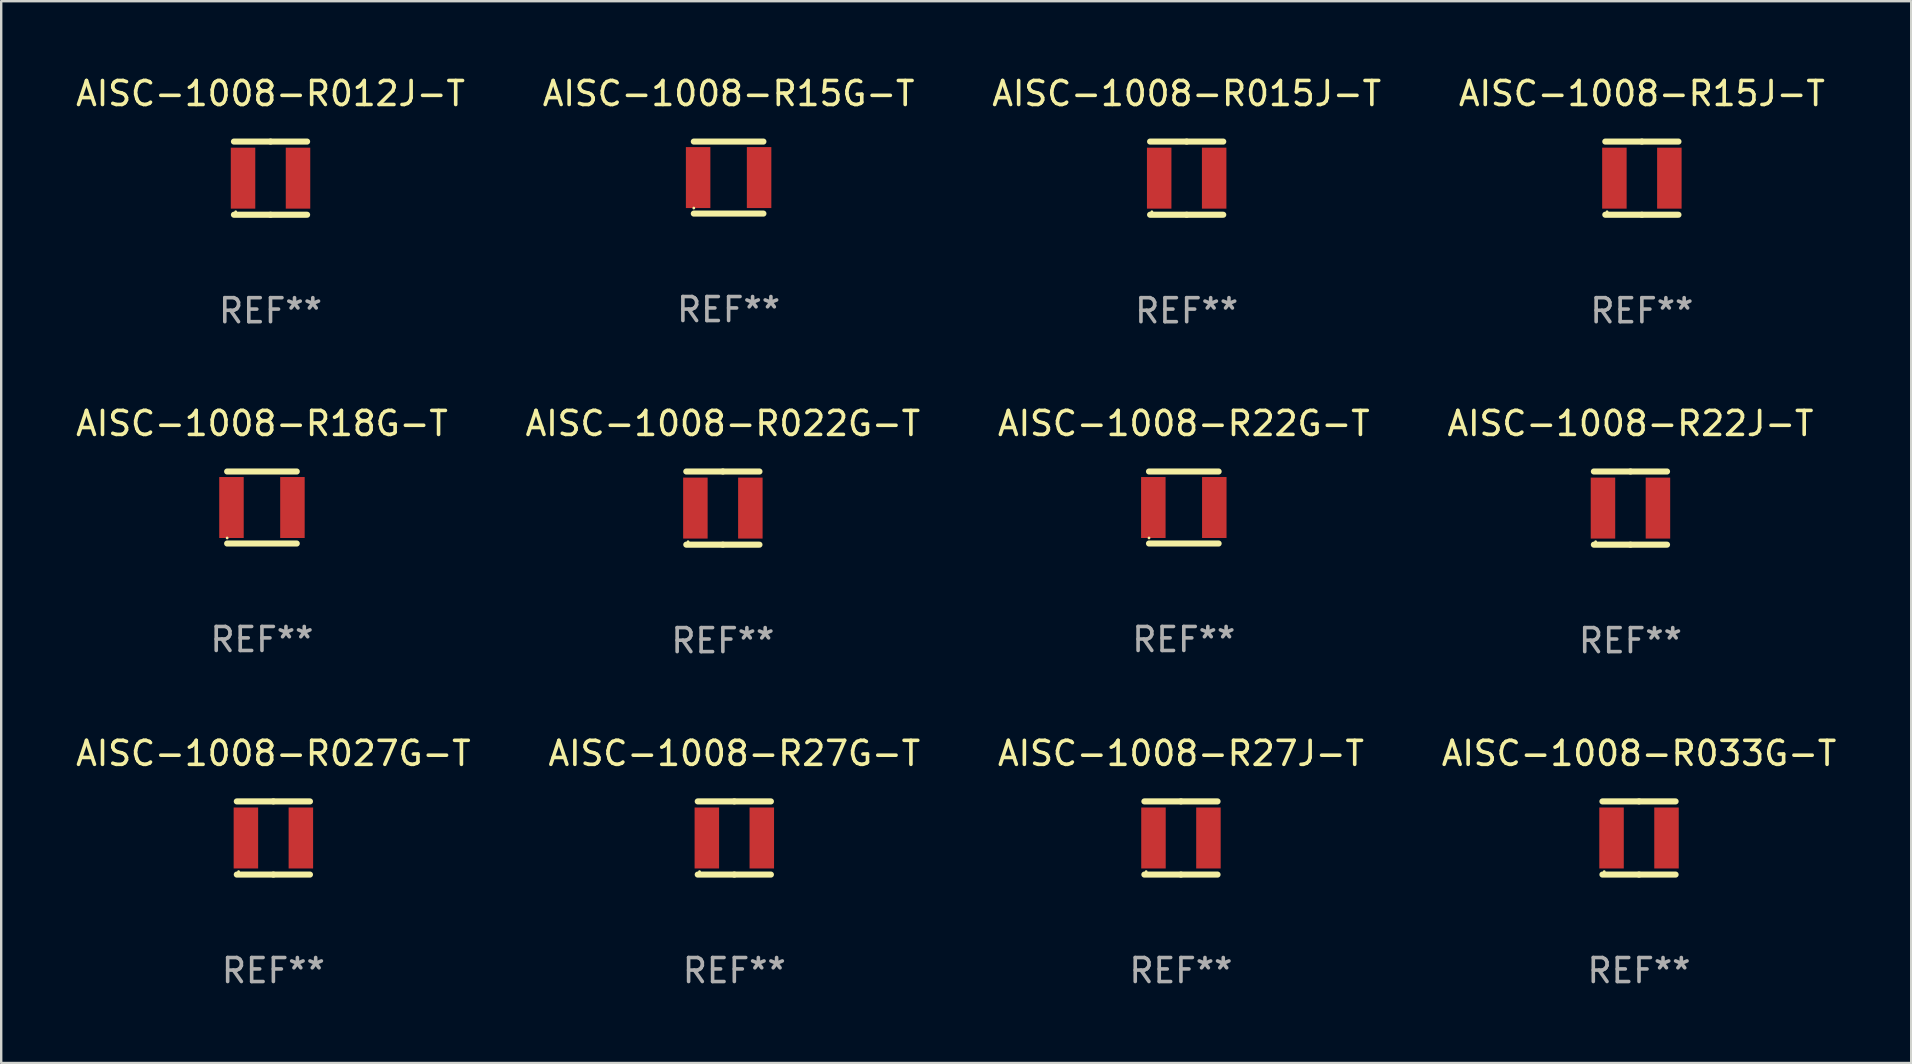
<source format=kicad_pcb>
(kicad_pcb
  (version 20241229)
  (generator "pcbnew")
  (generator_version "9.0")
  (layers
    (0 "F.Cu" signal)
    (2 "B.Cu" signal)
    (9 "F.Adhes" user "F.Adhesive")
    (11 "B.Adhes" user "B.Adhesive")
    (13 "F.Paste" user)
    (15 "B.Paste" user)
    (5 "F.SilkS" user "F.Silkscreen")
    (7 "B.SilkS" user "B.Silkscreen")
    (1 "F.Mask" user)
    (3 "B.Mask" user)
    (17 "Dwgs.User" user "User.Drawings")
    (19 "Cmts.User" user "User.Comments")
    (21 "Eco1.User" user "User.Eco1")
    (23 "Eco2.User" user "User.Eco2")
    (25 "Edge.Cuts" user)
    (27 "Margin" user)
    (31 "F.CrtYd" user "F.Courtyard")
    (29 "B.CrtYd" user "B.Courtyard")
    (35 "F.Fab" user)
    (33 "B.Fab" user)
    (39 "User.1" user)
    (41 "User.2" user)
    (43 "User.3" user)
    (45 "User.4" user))
  (footprint "AISC-1008-R022G-T"
    (layer "F.Cu")
    (at 27.065 18.117)
    (property "Reference" "AISC-1008-R022G-T" (at 0 -3.524 0) (layer "F.SilkS") (effects (font (size 1 1) (thickness 0.15))))
    (attr through_hole)
    (fp_line (start -1.524 -1.524) (end 0 -1.524) (stroke (width 0.254) (type solid)) (layer "F.SilkS"))
    (fp_line (start 0 -1.524) (end 1.524 -1.524) (stroke (width 0.254) (type solid)) (layer "F.SilkS"))
    (fp_line (start 0 1.524) (end -1.524 1.524) (stroke (width 0.254) (type solid)) (layer "F.SilkS"))
    (fp_line (start 1.524 1.524) (end 0 1.524) (stroke (width 0.254) (type solid)) (layer "F.SilkS"))
    (fp_circle (center -1.45 1.4) (end -1.42 1.4) (stroke (width 0.06) (type solid)) (fill no) (layer "F.SilkS"))
    (fp_text user "REF**" (at 0 5.524 0) (layer "F.Fab") (effects (font (size 1 1) (thickness 0.15))))
    (pad "1" smd rect (at -1.145 0) (size 1.02 2.54) (layers "F.Cu" "F.Mask" "F.Paste"))
    (pad "2" smd rect (at 1.145 0) (size 1.02 2.54) (layers "F.Cu" "F.Mask" "F.Paste")))
  (footprint "AISC-1008-R15G-T"
    (layer "F.Cu")
    (at 27.304 4.348)
    (property "Reference" "AISC-1008-R15G-T" (at 0 -3.5 0) (layer "F.SilkS") (effects (font (size 1 1) (thickness 0.15))))
    (attr through_hole)
    (fp_line (start -1.45 -1.5) (end 1.45 -1.5) (stroke (width 0.254) (type solid)) (layer "F.SilkS"))
    (fp_line (start -1.45 1.5) (end 1.45 1.5) (stroke (width 0.254) (type solid)) (layer "F.SilkS"))
    (fp_circle (center -1.45 1.27) (end -1.42 1.27) (stroke (width 0.06) (type solid)) (fill no) (layer "F.SilkS"))
    (fp_text user "REF**" (at 0 5.5 0) (layer "F.Fab") (effects (font (size 1 1) (thickness 0.15))))
    (pad "1" smd rect (at -1.27 0 90) (size 2.54 1.02) (layers "F.Cu" "F.Mask" "F.Paste"))
    (pad "2" smd rect (at 1.27 0 90) (size 2.54 1.02) (layers "F.Cu" "F.Mask" "F.Paste")))
  (footprint "AISC-1008-R015J-T"
    (layer "F.Cu")
    (at 46.387 4.372)
    (property "Reference" "AISC-1008-R015J-T" (at 0 -3.524 0) (layer "F.SilkS") (effects (font (size 1 1) (thickness 0.15))))
    (attr through_hole)
    (fp_line (start -1.524 -1.524) (end 0 -1.524) (stroke (width 0.254) (type solid)) (layer "F.SilkS"))
    (fp_line (start 0 -1.524) (end 1.524 -1.524) (stroke (width 0.254) (type solid)) (layer "F.SilkS"))
    (fp_line (start 0 1.524) (end -1.524 1.524) (stroke (width 0.254) (type solid)) (layer "F.SilkS"))
    (fp_line (start 1.524 1.524) (end 0 1.524) (stroke (width 0.254) (type solid)) (layer "F.SilkS"))
    (fp_circle (center -1.45 1.4) (end -1.42 1.4) (stroke (width 0.06) (type solid)) (fill no) (layer "F.SilkS"))
    (fp_text user "REF**" (at 0 5.524 0) (layer "F.Fab") (effects (font (size 1 1) (thickness 0.15))))
    (pad "1" smd rect (at -1.145 0) (size 1.02 2.54) (layers "F.Cu" "F.Mask" "F.Paste"))
    (pad "2" smd rect (at 1.145 0) (size 1.02 2.54) (layers "F.Cu" "F.Mask" "F.Paste")))
  (footprint "AISC-1008-R012J-T"
    (layer "F.Cu")
    (at 8.22 4.372)
    (property "Reference" "AISC-1008-R012J-T" (at 0 -3.524 0) (layer "F.SilkS") (effects (font (size 1 1) (thickness 0.15))))
    (attr through_hole)
    (fp_line (start -1.524 -1.524) (end 0 -1.524) (stroke (width 0.254) (type solid)) (layer "F.SilkS"))
    (fp_line (start 0 -1.524) (end 1.524 -1.524) (stroke (width 0.254) (type solid)) (layer "F.SilkS"))
    (fp_line (start 0 1.524) (end -1.524 1.524) (stroke (width 0.254) (type solid)) (layer "F.SilkS"))
    (fp_line (start 1.524 1.524) (end 0 1.524) (stroke (width 0.254) (type solid)) (layer "F.SilkS"))
    (fp_circle (center -1.45 1.4) (end -1.42 1.4) (stroke (width 0.06) (type solid)) (fill no) (layer "F.SilkS"))
    (fp_text user "REF**" (at 0 5.524 0) (layer "F.Fab") (effects (font (size 1 1) (thickness 0.15))))
    (pad "1" smd rect (at -1.145 0) (size 1.02 2.54) (layers "F.Cu" "F.Mask" "F.Paste"))
    (pad "2" smd rect (at 1.145 0) (size 1.02 2.54) (layers "F.Cu" "F.Mask" "F.Paste")))
  (footprint "AISC-1008-R033G-T"
    (layer "F.Cu")
    (at 65.232 31.861)
    (property "Reference" "AISC-1008-R033G-T" (at 0 -3.524 0) (layer "F.SilkS") (effects (font (size 1 1) (thickness 0.15))))
    (attr through_hole)
    (fp_line (start -1.524 -1.524) (end 0 -1.524) (stroke (width 0.254) (type solid)) (layer "F.SilkS"))
    (fp_line (start 0 -1.524) (end 1.524 -1.524) (stroke (width 0.254) (type solid)) (layer "F.SilkS"))
    (fp_line (start 0 1.524) (end -1.524 1.524) (stroke (width 0.254) (type solid)) (layer "F.SilkS"))
    (fp_line (start 1.524 1.524) (end 0 1.524) (stroke (width 0.254) (type solid)) (layer "F.SilkS"))
    (fp_circle (center -1.45 1.4) (end -1.42 1.4) (stroke (width 0.06) (type solid)) (fill no) (layer "F.SilkS"))
    (fp_text user "REF**" (at 0 5.524 0) (layer "F.Fab") (effects (font (size 1 1) (thickness 0.15))))
    (pad "1" smd rect (at -1.145 0) (size 1.02 2.54) (layers "F.Cu" "F.Mask" "F.Paste"))
    (pad "2" smd rect (at 1.145 0) (size 1.02 2.54) (layers "F.Cu" "F.Mask" "F.Paste")))
  (footprint "AISC-1008-R27G-T"
    (layer "F.Cu")
    (at 27.542 31.861)
    (property "Reference" "AISC-1008-R27G-T" (at 0 -3.524 0) (layer "F.SilkS") (effects (font (size 1 1) (thickness 0.15))))
    (attr through_hole)
    (fp_line (start -1.524 -1.524) (end 0 -1.524) (stroke (width 0.254) (type solid)) (layer "F.SilkS"))
    (fp_line (start 0 -1.524) (end 1.524 -1.524) (stroke (width 0.254) (type solid)) (layer "F.SilkS"))
    (fp_line (start 0 1.524) (end -1.524 1.524) (stroke (width 0.254) (type solid)) (layer "F.SilkS"))
    (fp_line (start 1.524 1.524) (end 0 1.524) (stroke (width 0.254) (type solid)) (layer "F.SilkS"))
    (fp_circle (center -1.45 1.4) (end -1.42 1.4) (stroke (width 0.06) (type solid)) (fill no) (layer "F.SilkS"))
    (fp_text user "REF**" (at 0 5.524 0) (layer "F.Fab") (effects (font (size 1 1) (thickness 0.15))))
    (pad "1" smd rect (at -1.145 0) (size 1.02 2.54) (layers "F.Cu" "F.Mask" "F.Paste"))
    (pad "2" smd rect (at 1.145 0) (size 1.02 2.54) (layers "F.Cu" "F.Mask" "F.Paste")))
  (footprint "AISC-1008-R22J-T"
    (layer "F.Cu")
    (at 64.875 18.117)
    (property "Reference" "AISC-1008-R22J-T" (at 0 -3.524 0) (layer "F.SilkS") (effects (font (size 1 1) (thickness 0.15))))
    (attr through_hole)
    (fp_line (start -1.524 -1.524) (end 0 -1.524) (stroke (width 0.254) (type solid)) (layer "F.SilkS"))
    (fp_line (start 0 -1.524) (end 1.524 -1.524) (stroke (width 0.254) (type solid)) (layer "F.SilkS"))
    (fp_line (start 0 1.524) (end -1.524 1.524) (stroke (width 0.254) (type solid)) (layer "F.SilkS"))
    (fp_line (start 1.524 1.524) (end 0 1.524) (stroke (width 0.254) (type solid)) (layer "F.SilkS"))
    (fp_circle (center -1.45 1.4) (end -1.42 1.4) (stroke (width 0.06) (type solid)) (fill no) (layer "F.SilkS"))
    (fp_text user "REF**" (at 0 5.524 0) (layer "F.Fab") (effects (font (size 1 1) (thickness 0.15))))
    (pad "1" smd rect (at -1.145 0) (size 1.02 2.54) (layers "F.Cu" "F.Mask" "F.Paste"))
    (pad "2" smd rect (at 1.145 0) (size 1.02 2.54) (layers "F.Cu" "F.Mask" "F.Paste")))
  (footprint "AISC-1008-R22G-T"
    (layer "F.Cu")
    (at 46.268 18.093)
    (property "Reference" "AISC-1008-R22G-T" (at 0 -3.5 0) (layer "F.SilkS") (effects (font (size 1 1) (thickness 0.15))))
    (attr through_hole)
    (fp_line (start -1.45 -1.5) (end 1.45 -1.5) (stroke (width 0.254) (type solid)) (layer "F.SilkS"))
    (fp_line (start -1.45 1.5) (end 1.45 1.5) (stroke (width 0.254) (type solid)) (layer "F.SilkS"))
    (fp_circle (center -1.45 1.27) (end -1.42 1.27) (stroke (width 0.06) (type solid)) (fill no) (layer "F.SilkS"))
    (fp_text user "REF**" (at 0 5.5 0) (layer "F.Fab") (effects (font (size 1 1) (thickness 0.15))))
    (pad "1" smd rect (at -1.27 0 90) (size 2.54 1.02) (layers "F.Cu" "F.Mask" "F.Paste"))
    (pad "2" smd rect (at 1.27 0 90) (size 2.54 1.02) (layers "F.Cu" "F.Mask" "F.Paste")))
  (footprint "AISC-1008-R18G-T"
    (layer "F.Cu")
    (at 7.863 18.093)
    (property "Reference" "AISC-1008-R18G-T" (at 0 -3.5 0) (layer "F.SilkS") (effects (font (size 1 1) (thickness 0.15))))
    (attr through_hole)
    (fp_line (start -1.45 -1.5) (end 1.45 -1.5) (stroke (width 0.254) (type solid)) (layer "F.SilkS"))
    (fp_line (start -1.45 1.5) (end 1.45 1.5) (stroke (width 0.254) (type solid)) (layer "F.SilkS"))
    (fp_circle (center -1.45 1.27) (end -1.42 1.27) (stroke (width 0.06) (type solid)) (fill no) (layer "F.SilkS"))
    (fp_text user "REF**" (at 0 5.5 0) (layer "F.Fab") (effects (font (size 1 1) (thickness 0.15))))
    (pad "1" smd rect (at -1.27 0 90) (size 2.54 1.02) (layers "F.Cu" "F.Mask" "F.Paste"))
    (pad "2" smd rect (at 1.27 0 90) (size 2.54 1.02) (layers "F.Cu" "F.Mask" "F.Paste")))
  (footprint "AISC-1008-R027G-T"
    (layer "F.Cu")
    (at 8.339 31.861)
    (property "Reference" "AISC-1008-R027G-T" (at 0 -3.524 0) (layer "F.SilkS") (effects (font (size 1 1) (thickness 0.15))))
    (attr through_hole)
    (fp_line (start -1.524 -1.524) (end 0 -1.524) (stroke (width 0.254) (type solid)) (layer "F.SilkS"))
    (fp_line (start 0 -1.524) (end 1.524 -1.524) (stroke (width 0.254) (type solid)) (layer "F.SilkS"))
    (fp_line (start 0 1.524) (end -1.524 1.524) (stroke (width 0.254) (type solid)) (layer "F.SilkS"))
    (fp_line (start 1.524 1.524) (end 0 1.524) (stroke (width 0.254) (type solid)) (layer "F.SilkS"))
    (fp_circle (center -1.45 1.4) (end -1.42 1.4) (stroke (width 0.06) (type solid)) (fill no) (layer "F.SilkS"))
    (fp_text user "REF**" (at 0 5.524 0) (layer "F.Fab") (effects (font (size 1 1) (thickness 0.15))))
    (pad "1" smd rect (at -1.145 0) (size 1.02 2.54) (layers "F.Cu" "F.Mask" "F.Paste"))
    (pad "2" smd rect (at 1.145 0) (size 1.02 2.54) (layers "F.Cu" "F.Mask" "F.Paste")))
  (footprint "AISC-1008-R15J-T"
    (layer "F.Cu")
    (at 65.351 4.372)
    (property "Reference" "AISC-1008-R15J-T" (at 0 -3.524 0) (layer "F.SilkS") (effects (font (size 1 1) (thickness 0.15))))
    (attr through_hole)
    (fp_line (start -1.524 -1.524) (end 0 -1.524) (stroke (width 0.254) (type solid)) (layer "F.SilkS"))
    (fp_line (start 0 -1.524) (end 1.524 -1.524) (stroke (width 0.254) (type solid)) (layer "F.SilkS"))
    (fp_line (start 0 1.524) (end -1.524 1.524) (stroke (width 0.254) (type solid)) (layer "F.SilkS"))
    (fp_line (start 1.524 1.524) (end 0 1.524) (stroke (width 0.254) (type solid)) (layer "F.SilkS"))
    (fp_circle (center -1.45 1.4) (end -1.42 1.4) (stroke (width 0.06) (type solid)) (fill no) (layer "F.SilkS"))
    (fp_text user "REF**" (at 0 5.524 0) (layer "F.Fab") (effects (font (size 1 1) (thickness 0.15))))
    (pad "1" smd rect (at -1.145 0) (size 1.02 2.54) (layers "F.Cu" "F.Mask" "F.Paste"))
    (pad "2" smd rect (at 1.145 0) (size 1.02 2.54) (layers "F.Cu" "F.Mask" "F.Paste")))
  (footprint "AISC-1008-R27J-T"
    (layer "F.Cu")
    (at 46.149 31.861)
    (property "Reference" "AISC-1008-R27J-T" (at 0 -3.524 0) (layer "F.SilkS") (effects (font (size 1 1) (thickness 0.15))))
    (attr through_hole)
    (fp_line (start -1.524 -1.524) (end 0 -1.524) (stroke (width 0.254) (type solid)) (layer "F.SilkS"))
    (fp_line (start 0 -1.524) (end 1.524 -1.524) (stroke (width 0.254) (type solid)) (layer "F.SilkS"))
    (fp_line (start 0 1.524) (end -1.524 1.524) (stroke (width 0.254) (type solid)) (layer "F.SilkS"))
    (fp_line (start 1.524 1.524) (end 0 1.524) (stroke (width 0.254) (type solid)) (layer "F.SilkS"))
    (fp_circle (center -1.45 1.4) (end -1.42 1.4) (stroke (width 0.06) (type solid)) (fill no) (layer "F.SilkS"))
    (fp_text user "REF**" (at 0 5.524 0) (layer "F.Fab") (effects (font (size 1 1) (thickness 0.15))))
    (pad "1" smd rect (at -1.145 0) (size 1.02 2.54) (layers "F.Cu" "F.Mask" "F.Paste"))
    (pad "2" smd rect (at 1.145 0) (size 1.02 2.54) (layers "F.Cu" "F.Mask" "F.Paste")))
  (gr_rect
    (start -3 -3)
    (end 76.571 41.234)
    (stroke (width 0.1) (type default))
    (fill no)
    (layer "Edge.Cuts")))
</source>
